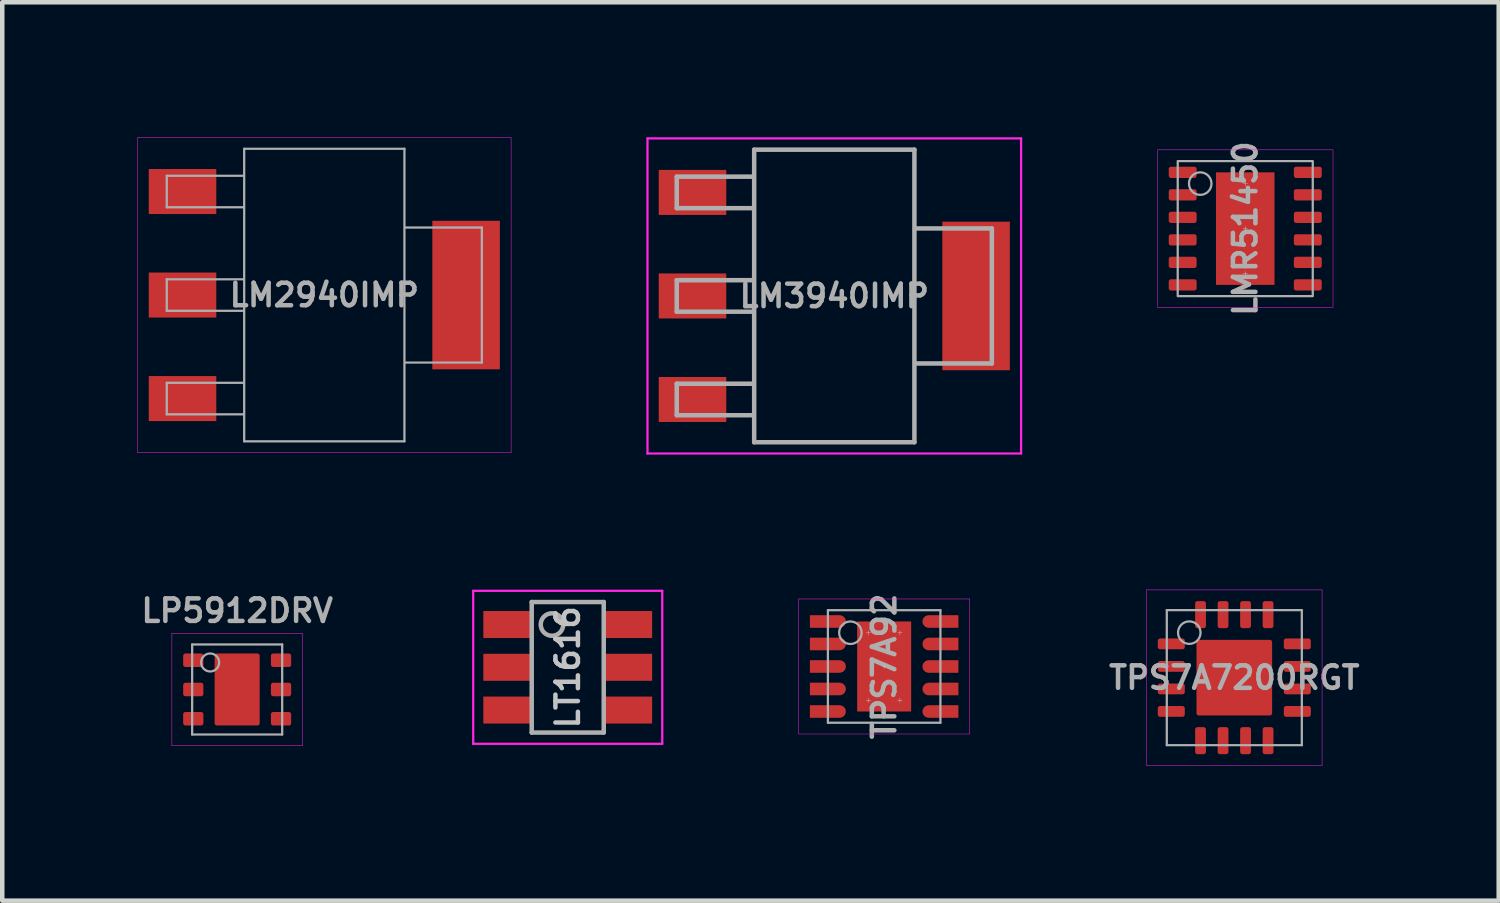
<source format=kicad_pcb>
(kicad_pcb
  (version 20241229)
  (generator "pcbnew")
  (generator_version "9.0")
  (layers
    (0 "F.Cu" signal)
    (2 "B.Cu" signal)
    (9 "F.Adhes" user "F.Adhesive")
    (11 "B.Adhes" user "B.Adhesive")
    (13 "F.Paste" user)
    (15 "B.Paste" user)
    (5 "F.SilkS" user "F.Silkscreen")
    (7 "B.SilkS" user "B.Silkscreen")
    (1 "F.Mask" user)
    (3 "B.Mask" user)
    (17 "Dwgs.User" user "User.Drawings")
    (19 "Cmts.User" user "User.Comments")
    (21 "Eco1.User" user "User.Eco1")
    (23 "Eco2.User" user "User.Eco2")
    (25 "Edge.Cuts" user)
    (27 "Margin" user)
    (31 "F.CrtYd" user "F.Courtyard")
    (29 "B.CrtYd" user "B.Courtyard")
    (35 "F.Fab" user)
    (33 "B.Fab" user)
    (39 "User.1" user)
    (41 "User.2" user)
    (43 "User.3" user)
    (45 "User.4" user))
  (footprint "LMR51450"
    (layer "F.Cu")
    (at 24.615 2.029)
    (property "Reference" "LMR51450" (at 0 0 90) (layer "F.Fab") (effects (font (size 0.5 0.5) (thickness 0.1))))
    (attr smd)
    (fp_line (start -0.05 -1) (end 0.05 -1) (stroke (width 0.01) (type solid)) (layer "Dwgs.User"))
    (fp_line (start -0.05 0) (end 0.05 0) (stroke (width 0.01) (type solid)) (layer "Dwgs.User"))
    (fp_line (start 0 -1.05) (end 0 -0.95) (stroke (width 0.01) (type solid)) (layer "Dwgs.User"))
    (fp_line (start 0 -0.05) (end 0 0.05) (stroke (width 0.01) (type solid)) (layer "Dwgs.User"))
    (fp_line (start 0 1.05) (end 0 0.95) (stroke (width 0.01) (type solid)) (layer "Dwgs.User"))
    (fp_line (start 0.05 1) (end -0.05 1) (stroke (width 0.01) (type solid)) (layer "Dwgs.User"))
    (fp_rect (start -1.95 -1.75) (end 1.95 1.75) (stroke (width 0.01) (type default)) (fill no) (layer "F.CrtYd"))
    (fp_rect (start -1.5 -1.5) (end 1.5 1.5) (stroke (width 0.05) (type default)) (fill no) (layer "F.Fab"))
    (fp_circle (center -1 -1) (end -0.75 -1) (stroke (width 0.05) (type solid)) (fill no) (layer "F.Fab"))
    (pad "" smd roundrect (at 0 -0.65) (size 1.21 1.1) (layers "F.Paste") (roundrect_rratio 0.045))
    (pad "" smd roundrect (at 0 0.65) (size 1.21 1.1) (layers "F.Paste") (roundrect_rratio 0.045))
    (pad "1" smd roundrect (at -1.39 -1.25 180) (size 0.62 0.25) (layers "F.Cu" "F.Mask" "F.Paste") (roundrect_rratio 0.2))
    (pad "2" smd roundrect (at -1.39 -0.75 180) (size 0.62 0.25) (layers "F.Cu" "F.Mask" "F.Paste") (roundrect_rratio 0.2))
    (pad "3" smd roundrect (at -1.39 -0.25 180) (size 0.62 0.25) (layers "F.Cu" "F.Mask" "F.Paste") (roundrect_rratio 0.2))
    (pad "4" smd roundrect (at -1.39 0.25 180) (size 0.62 0.25) (layers "F.Cu" "F.Mask" "F.Paste") (roundrect_rratio 0.2))
    (pad "5" smd roundrect (at -1.39 0.75 180) (size 0.62 0.25) (layers "F.Cu" "F.Mask" "F.Paste") (roundrect_rratio 0.2))
    (pad "6" smd roundrect (at -1.39 1.25 180) (size 0.62 0.25) (layers "F.Cu" "F.Mask" "F.Paste") (roundrect_rratio 0.2))
    (pad "7" smd roundrect (at 1.39 1.25 180) (size 0.62 0.25) (layers "F.Cu" "F.Mask" "F.Paste") (roundrect_rratio 0.2))
    (pad "8" smd roundrect (at 1.39 0.75 180) (size 0.62 0.25) (layers "F.Cu" "F.Mask" "F.Paste") (roundrect_rratio 0.2))
    (pad "9" smd roundrect (at 1.39 0.25 180) (size 0.62 0.25) (layers "F.Cu" "F.Mask" "F.Paste") (roundrect_rratio 0.2))
    (pad "10" smd roundrect (at 1.39 -0.25 180) (size 0.62 0.25) (layers "F.Cu" "F.Mask" "F.Paste") (roundrect_rratio 0.2))
    (pad "11" smd roundrect (at 1.39 -0.75 180) (size 0.62 0.25) (layers "F.Cu" "F.Mask" "F.Paste") (roundrect_rratio 0.2))
    (pad "12" smd roundrect (at 1.39 -1.25 180) (size 0.62 0.25) (layers "F.Cu" "F.Mask" "F.Paste") (roundrect_rratio 0.2))
    (pad "13" smd rect (at 0 0 180) (size 1.3 2.5) (layers "F.Cu" "F.Mask")))
  (footprint "LM3940IMP"
    (layer "F.Cu")
    (at 15.485 3.525)
    (property "Reference" "LM3940IMP" (at 0 0 0) (layer "F.Fab") (effects (font (size 0.5 0.5) (thickness 0.1))))
    (attr smd)
    (fp_line (start -4.15 -3.5) (end -4.15 3.5) (stroke (width 0.05) (type solid)) (layer "F.CrtYd"))
    (fp_line (start -4.15 3.5) (end 4.15 3.5) (stroke (width 0.05) (type solid)) (layer "F.CrtYd"))
    (fp_line (start 4.15 -3.5) (end -4.15 -3.5) (stroke (width 0.05) (type solid)) (layer "F.CrtYd"))
    (fp_line (start 4.15 3.5) (end 4.15 -3.5) (stroke (width 0.05) (type solid)) (layer "F.CrtYd"))
    (fp_line (start -3.5 -2.65) (end -3.5 -1.95) (stroke (width 0.1) (type solid)) (layer "F.Fab"))
    (fp_line (start -3.5 -1.95) (end -1.8 -1.95) (stroke (width 0.1) (type solid)) (layer "F.Fab"))
    (fp_line (start -3.5 -0.35) (end -3.5 0.35) (stroke (width 0.1) (type solid)) (layer "F.Fab"))
    (fp_line (start -3.5 0.35) (end -1.8 0.35) (stroke (width 0.1) (type solid)) (layer "F.Fab"))
    (fp_line (start -3.5 1.95) (end -3.5 2.65) (stroke (width 0.1) (type solid)) (layer "F.Fab"))
    (fp_line (start -3.5 2.65) (end -1.8 2.65) (stroke (width 0.1) (type solid)) (layer "F.Fab"))
    (fp_line (start -1.8 -2.65) (end -3.5 -2.65) (stroke (width 0.1) (type solid)) (layer "F.Fab"))
    (fp_line (start -1.8 -0.35) (end -3.5 -0.35) (stroke (width 0.1) (type solid)) (layer "F.Fab"))
    (fp_line (start -1.8 1.95) (end -3.5 1.95) (stroke (width 0.1) (type solid)) (layer "F.Fab"))
    (fp_line (start -1.78 -3.25) (end -1.78 3.25) (stroke (width 0.1) (type solid)) (layer "F.Fab"))
    (fp_line (start -1.78 -3.25) (end 1.78 -3.25) (stroke (width 0.1) (type solid)) (layer "F.Fab"))
    (fp_line (start -1.78 3.25) (end 1.78 3.25) (stroke (width 0.1) (type solid)) (layer "F.Fab"))
    (fp_line (start 1.78 -3.25) (end 1.78 3.25) (stroke (width 0.1) (type solid)) (layer "F.Fab"))
    (fp_line (start 1.8 -1.5) (end 3.5 -1.5) (stroke (width 0.1) (type solid)) (layer "F.Fab"))
    (fp_line (start 3.5 -1.5) (end 3.5 1.5) (stroke (width 0.1) (type solid)) (layer "F.Fab"))
    (fp_line (start 3.5 1.5) (end 1.8 1.5) (stroke (width 0.1) (type solid)) (layer "F.Fab"))
    (pad "1" smd rect (at -3.15 -2.3) (size 1.5 1) (layers "F.Cu" "F.Mask" "F.Paste"))
    (pad "2" smd rect (at -3.15 0) (size 1.5 1) (layers "F.Cu" "F.Mask" "F.Paste"))
    (pad "3" smd rect (at -3.15 2.3) (size 1.5 1) (layers "F.Cu" "F.Mask" "F.Paste"))
    (pad "4" smd rect (at 3.15 0) (size 1.5 3.3) (layers "F.Cu" "F.Mask" "F.Paste")))
  (footprint "LM2940IMP"
    (layer "F.Cu")
    (at 4.155 3.505)
    (property "Reference" "LM2940IMP" (at 0 0 0) (layer "F.Fab") (effects (font (size 0.5 0.5) (thickness 0.1))))
    (attr smd)
    (fp_line (start -4.15 -3.5) (end -4.15 3.5) (stroke (width 0.01) (type solid)) (layer "F.CrtYd"))
    (fp_line (start -4.15 3.5) (end 4.15 3.5) (stroke (width 0.01) (type solid)) (layer "F.CrtYd"))
    (fp_line (start 4.15 -3.5) (end -4.15 -3.5) (stroke (width 0.01) (type solid)) (layer "F.CrtYd"))
    (fp_line (start 4.15 3.5) (end 4.15 -3.5) (stroke (width 0.01) (type solid)) (layer "F.CrtYd"))
    (fp_line (start -3.5 -2.65) (end -3.5 -1.95) (stroke (width 0.05) (type solid)) (layer "F.Fab"))
    (fp_line (start -3.5 -1.95) (end -1.8 -1.95) (stroke (width 0.05) (type solid)) (layer "F.Fab"))
    (fp_line (start -3.5 -0.35) (end -3.5 0.35) (stroke (width 0.05) (type solid)) (layer "F.Fab"))
    (fp_line (start -3.5 0.35) (end -1.8 0.35) (stroke (width 0.05) (type solid)) (layer "F.Fab"))
    (fp_line (start -3.5 1.95) (end -3.5 2.65) (stroke (width 0.05) (type solid)) (layer "F.Fab"))
    (fp_line (start -3.5 2.65) (end -1.8 2.65) (stroke (width 0.05) (type solid)) (layer "F.Fab"))
    (fp_line (start -1.8 -2.65) (end -3.5 -2.65) (stroke (width 0.05) (type solid)) (layer "F.Fab"))
    (fp_line (start -1.8 -0.35) (end -3.5 -0.35) (stroke (width 0.05) (type solid)) (layer "F.Fab"))
    (fp_line (start -1.8 1.95) (end -3.5 1.95) (stroke (width 0.05) (type solid)) (layer "F.Fab"))
    (fp_line (start -1.78 -3.25) (end -1.78 3.25) (stroke (width 0.05) (type solid)) (layer "F.Fab"))
    (fp_line (start -1.78 -3.25) (end 1.78 -3.25) (stroke (width 0.05) (type solid)) (layer "F.Fab"))
    (fp_line (start -1.78 3.25) (end 1.78 3.25) (stroke (width 0.05) (type solid)) (layer "F.Fab"))
    (fp_line (start 1.78 -3.25) (end 1.78 3.25) (stroke (width 0.05) (type solid)) (layer "F.Fab"))
    (fp_line (start 1.8 -1.5) (end 3.5 -1.5) (stroke (width 0.05) (type solid)) (layer "F.Fab"))
    (fp_line (start 3.5 -1.5) (end 3.5 1.5) (stroke (width 0.05) (type solid)) (layer "F.Fab"))
    (fp_line (start 3.5 1.5) (end 1.8 1.5) (stroke (width 0.05) (type solid)) (layer "F.Fab"))
    (pad "1" smd rect (at -3.15 -2.3) (size 1.5 1) (layers "F.Cu" "F.Mask" "F.Paste"))
    (pad "2" smd rect (at -3.15 0) (size 1.5 1) (layers "F.Cu" "F.Mask" "F.Paste"))
    (pad "3" smd rect (at -3.15 2.3) (size 1.5 1) (layers "F.Cu" "F.Mask" "F.Paste"))
    (pad "4" smd rect (at 3.15 0) (size 1.5 3.3) (layers "F.Cu" "F.Mask" "F.Paste")))
  (footprint "LP5912DRV"
    (layer "F.Cu")
    (at 2.219 12.268)
    (property "Reference" "LP5912DRV" (at 0 -1.75 0) (layer "F.Fab") (effects (font (size 0.5 0.5) (thickness 0.1))))
    (attr smd)
    (fp_line (start -1.45 -1.25) (end 1.45 -1.25) (stroke (width 0.01) (type solid)) (layer "F.CrtYd"))
    (fp_line (start -1.45 1.25) (end -1.45 -1.25) (stroke (width 0.01) (type solid)) (layer "F.CrtYd"))
    (fp_line (start 1.45 -1.25) (end 1.45 1.25) (stroke (width 0.01) (type solid)) (layer "F.CrtYd"))
    (fp_line (start 1.45 1.25) (end -1.45 1.25) (stroke (width 0.01) (type solid)) (layer "F.CrtYd"))
    (fp_line (start -1 -1) (end 1 -1) (stroke (width 0.05) (type solid)) (layer "F.Fab"))
    (fp_line (start -1 1) (end -1 -1) (stroke (width 0.05) (type solid)) (layer "F.Fab"))
    (fp_line (start 1 -1) (end 1 1) (stroke (width 0.05) (type solid)) (layer "F.Fab"))
    (fp_line (start 1 1) (end -1 1) (stroke (width 0.05) (type solid)) (layer "F.Fab"))
    (fp_circle (center -0.6 -0.6) (end -0.4 -0.6) (stroke (width 0.05) (type solid)) (fill no) (layer "F.Fab"))
    (pad "" smd roundrect (at 0 -0.45) (size 1 0.7) (layers "F.Paste") (roundrect_rratio 0.05))
    (pad "" smd roundrect (at 0 0.45) (size 1 0.7) (layers "F.Paste") (roundrect_rratio 0.05))
    (pad "1" smd roundrect (at -0.975 -0.65) (size 0.45 0.3) (layers "F.Cu" "F.Mask" "F.Paste") (roundrect_rratio 0.17))
    (pad "2" smd roundrect (at -0.975 0) (size 0.45 0.3) (layers "F.Cu" "F.Mask" "F.Paste") (roundrect_rratio 0.17))
    (pad "3" smd roundrect (at -0.975 0.65) (size 0.45 0.3) (layers "F.Cu" "F.Mask" "F.Paste") (roundrect_rratio 0.17))
    (pad "4" smd roundrect (at 0.975 0.65) (size 0.45 0.3) (layers "F.Cu" "F.Mask" "F.Paste") (roundrect_rratio 0.17))
    (pad "5" smd roundrect (at 0.975 0) (size 0.45 0.3) (layers "F.Cu" "F.Mask" "F.Paste") (roundrect_rratio 0.17))
    (pad "6" smd roundrect (at 0.975 -0.65) (size 0.45 0.3) (layers "F.Cu" "F.Mask" "F.Paste") (roundrect_rratio 0.17))
    (pad "7" smd roundrect (at 0 0) (size 1 1.6) (layers "F.Cu" "F.Mask") (roundrect_rratio 0.05)))
  (footprint "TPS7A92"
    (layer "F.Cu")
    (at 16.593 11.757)
    (property "Reference" "TPS7A92" (at 0 0 90) (layer "F.Fab") (effects (font (size 0.5 0.5) (thickness 0.1))))
    (attr smd)
    (fp_line (start -0.4 -0.75) (end -0.3 -0.75) (stroke (width 0.01) (type solid)) (layer "Dwgs.User"))
    (fp_line (start -0.35 -0.8) (end -0.35 -0.7) (stroke (width 0.01) (type solid)) (layer "Dwgs.User"))
    (fp_line (start -0.35 0.8) (end -0.35 0.7) (stroke (width 0.01) (type solid)) (layer "Dwgs.User"))
    (fp_line (start -0.3 0.75) (end -0.4 0.75) (stroke (width 0.01) (type solid)) (layer "Dwgs.User"))
    (fp_line (start -0.05 0) (end 0.05 0) (stroke (width 0.01) (type solid)) (layer "Dwgs.User"))
    (fp_line (start 0 -0.05) (end 0 0.05) (stroke (width 0.01) (type solid)) (layer "Dwgs.User"))
    (fp_line (start 0.3 -0.75) (end 0.4 -0.75) (stroke (width 0.01) (type solid)) (layer "Dwgs.User"))
    (fp_line (start 0.35 -0.8) (end 0.35 -0.7) (stroke (width 0.01) (type solid)) (layer "Dwgs.User"))
    (fp_line (start 0.35 0.8) (end 0.35 0.7) (stroke (width 0.01) (type solid)) (layer "Dwgs.User"))
    (fp_line (start 0.4 0.75) (end 0.3 0.75) (stroke (width 0.01) (type solid)) (layer "Dwgs.User"))
    (fp_line (start -1.9 -1.5) (end -1.9 1.5) (stroke (width 0.01) (type solid)) (layer "F.CrtYd"))
    (fp_line (start -1.9 1.5) (end 1.9 1.5) (stroke (width 0.01) (type solid)) (layer "F.CrtYd"))
    (fp_line (start 1.9 -1.5) (end -1.9 -1.5) (stroke (width 0.01) (type solid)) (layer "F.CrtYd"))
    (fp_line (start 1.9 1.5) (end 1.9 -1.5) (stroke (width 0.01) (type solid)) (layer "F.CrtYd"))
    (fp_line (start -1.25 -1.25) (end -1.25 1.25) (stroke (width 0.05) (type solid)) (layer "F.Fab"))
    (fp_line (start -1.25 1.25) (end 1.25 1.25) (stroke (width 0.05) (type solid)) (layer "F.Fab"))
    (fp_line (start 1.25 -1.25) (end -1.25 -1.25) (stroke (width 0.05) (type solid)) (layer "F.Fab"))
    (fp_line (start 1.25 1.25) (end 1.25 -1.25) (stroke (width 0.05) (type solid)) (layer "F.Fab"))
    (fp_circle (center -0.75 -0.75) (end -0.75 -0.5) (stroke (width 0.05) (type solid)) (fill no) (layer "F.Fab"))
    (pad "" smd rect (at -0.335 -0.535) (size 0.45 0.85) (layers "F.Paste"))
    (pad "" smd rect (at -0.335 0.535) (size 0.45 0.85) (layers "F.Paste"))
    (pad "" smd rect (at 0.335 -0.535) (size 0.45 0.85) (layers "F.Paste"))
    (pad "" smd rect (at 0.335 0.535 180) (size 0.45 0.85) (layers "F.Paste"))
    (pad "1" smd custom (at -1.25 -1) (size 0.52 0.28) (layers "F.Cu" "F.Mask" "F.Paste") (options (anchor rect)) (primitives (gr_circle (center 0.26 0) (end 0.4 0) (width 0) (fill yes)) (gr_poly (pts (xy -0.26 -0.14) (xy -0.4 -0.14) (xy -0.4 0.14) (xy -0.26 0.14)) (width 0) (fill yes))))
    (pad "2" smd custom (at -1.25 -0.5) (size 0.52 0.28) (layers "F.Cu" "F.Mask" "F.Paste") (options (anchor rect)) (primitives (gr_circle (center 0.26 0) (end 0.4 0) (width 0) (fill yes)) (gr_poly (pts (xy -0.26 -0.14) (xy -0.4 -0.14) (xy -0.4 0.14) (xy -0.26 0.14)) (width 0) (fill yes))))
    (pad "3" smd custom (at -1.25 0) (size 0.52 0.28) (layers "F.Cu" "F.Mask" "F.Paste") (options (anchor rect)) (primitives (gr_circle (center 0.26 0) (end 0.4 0) (width 0) (fill yes)) (gr_poly (pts (xy -0.26 -0.14) (xy -0.4 -0.14) (xy -0.4 0.14) (xy -0.26 0.14)) (width 0) (fill yes))))
    (pad "4" smd custom (at -1.25 0.5) (size 0.52 0.28) (layers "F.Cu" "F.Mask" "F.Paste") (options (anchor rect)) (primitives (gr_circle (center 0.26 0) (end 0.4 0) (width 0) (fill yes)) (gr_poly (pts (xy -0.26 -0.14) (xy -0.4 -0.14) (xy -0.4 0.14) (xy -0.26 0.14)) (width 0) (fill yes))))
    (pad "5" smd custom (at -1.25 1) (size 0.52 0.28) (layers "F.Cu" "F.Mask" "F.Paste") (options (anchor rect)) (primitives (gr_circle (center 0.26 0) (end 0.4 0) (width 0) (fill yes)) (gr_poly (pts (xy -0.26 -0.14) (xy -0.4 -0.14) (xy -0.4 0.14) (xy -0.26 0.14)) (width 0) (fill yes))))
    (pad "6" smd custom (at 1.25 1 180) (size 0.52 0.28) (layers "F.Cu" "F.Mask" "F.Paste") (options (anchor rect)) (primitives (gr_circle (center 0.26 0) (end 0.4 0) (width 0) (fill yes)) (gr_poly (pts (xy -0.26 -0.14) (xy -0.4 -0.14) (xy -0.4 0.14) (xy -0.26 0.14)) (width 0) (fill yes))))
    (pad "7" smd custom (at 1.25 0.5 180) (size 0.52 0.28) (layers "F.Cu" "F.Mask" "F.Paste") (options (anchor rect)) (primitives (gr_circle (center 0.26 0) (end 0.4 0) (width 0) (fill yes)) (gr_poly (pts (xy -0.26 -0.14) (xy -0.4 -0.14) (xy -0.4 0.14) (xy -0.26 0.14)) (width 0) (fill yes))))
    (pad "8" smd custom (at 1.25 0 180) (size 0.52 0.28) (layers "F.Cu" "F.Mask" "F.Paste") (options (anchor rect)) (primitives (gr_circle (center 0.26 0) (end 0.4 0) (width 0) (fill yes)) (gr_poly (pts (xy -0.26 -0.14) (xy -0.4 -0.14) (xy -0.4 0.14) (xy -0.26 0.14)) (width 0) (fill yes))))
    (pad "9" smd custom (at 1.25 -0.5 180) (size 0.52 0.28) (layers "F.Cu" "F.Mask" "F.Paste") (options (anchor rect)) (primitives (gr_circle (center 0.26 0) (end 0.4 0) (width 0) (fill yes)) (gr_poly (pts (xy -0.26 -0.14) (xy -0.4 -0.14) (xy -0.4 0.14) (xy -0.26 0.14)) (width 0) (fill yes))))
    (pad "10" smd custom (at 1.25 -1 180) (size 0.52 0.28) (layers "F.Cu" "F.Mask" "F.Paste") (options (anchor rect)) (primitives (gr_circle (center 0.26 0) (end 0.4 0) (width 0) (fill yes)) (gr_poly (pts (xy -0.26 -0.14) (xy -0.4 -0.14) (xy -0.4 0.14) (xy -0.26 0.14)) (width 0) (fill yes))))
    (pad "11" smd rect (at 0 0 180) (size 1.2 2) (layers "F.Cu" "F.Mask")))
  (footprint "TPS7A7200RGT"
    (layer "F.Cu")
    (at 24.372 12.005)
    (property "Reference" "TPS7A7200RGT" (at 0 0 0) (layer "F.Fab") (effects (font (size 0.5 0.5) (thickness 0.1))))
    (attr smd)
    (fp_line (start -1.95 -1.95) (end -1.95 1.95) (stroke (width 0.01) (type solid)) (layer "F.CrtYd"))
    (fp_line (start -1.95 -1.95) (end 1.95 -1.95) (stroke (width 0.01) (type solid)) (layer "F.CrtYd"))
    (fp_line (start -1.95 1.95) (end 1.95 1.95) (stroke (width 0.01) (type solid)) (layer "F.CrtYd"))
    (fp_line (start 1.95 -1.95) (end 1.95 1.95) (stroke (width 0.01) (type solid)) (layer "F.CrtYd"))
    (fp_line (start -1.5 -1.5) (end 1.5 -1.5) (stroke (width 0.05) (type solid)) (layer "F.Fab"))
    (fp_line (start -1.5 1.5) (end -1.5 -1.5) (stroke (width 0.05) (type solid)) (layer "F.Fab"))
    (fp_line (start 1.5 -1.5) (end 1.5 1.5) (stroke (width 0.05) (type solid)) (layer "F.Fab"))
    (fp_line (start 1.5 1.5) (end -1.5 1.5) (stroke (width 0.05) (type solid)) (layer "F.Fab"))
    (fp_circle (center -1 -1) (end -0.75 -1) (stroke (width 0.05) (type solid)) (fill no) (layer "F.Fab"))
    (pad "1" smd roundrect (at -1.4 -0.75) (size 0.6 0.24) (layers "F.Cu" "F.Mask" "F.Paste") (roundrect_rratio 0.21))
    (pad "2" smd roundrect (at -1.4 -0.25) (size 0.6 0.24) (layers "F.Cu" "F.Mask" "F.Paste") (roundrect_rratio 0.21))
    (pad "3" smd roundrect (at -1.4 0.25) (size 0.6 0.24) (layers "F.Cu" "F.Mask" "F.Paste") (roundrect_rratio 0.21))
    (pad "4" smd roundrect (at -1.4 0.75) (size 0.6 0.24) (layers "F.Cu" "F.Mask" "F.Paste") (roundrect_rratio 0.21))
    (pad "5" smd roundrect (at -0.75 1.4 90) (size 0.6 0.24) (layers "F.Cu" "F.Mask" "F.Paste") (roundrect_rratio 0.21))
    (pad "6" smd roundrect (at -0.25 1.4 90) (size 0.6 0.24) (layers "F.Cu" "F.Mask" "F.Paste") (roundrect_rratio 0.21))
    (pad "7" smd roundrect (at 0.25 1.4 90) (size 0.6 0.24) (layers "F.Cu" "F.Mask" "F.Paste") (roundrect_rratio 0.21))
    (pad "8" smd roundrect (at 0.75 1.4 90) (size 0.6 0.24) (layers "F.Cu" "F.Mask" "F.Paste") (roundrect_rratio 0.21))
    (pad "9" smd roundrect (at 1.4 0.75) (size 0.6 0.24) (layers "F.Cu" "F.Mask" "F.Paste") (roundrect_rratio 0.21))
    (pad "10" smd roundrect (at 1.4 0.25) (size 0.6 0.24) (layers "F.Cu" "F.Mask" "F.Paste") (roundrect_rratio 0.21))
    (pad "11" smd roundrect (at 1.4 -0.25) (size 0.6 0.24) (layers "F.Cu" "F.Mask" "F.Paste") (roundrect_rratio 0.21))
    (pad "12" smd roundrect (at 1.4 -0.75) (size 0.6 0.24) (layers "F.Cu" "F.Mask" "F.Paste") (roundrect_rratio 0.21))
    (pad "13" smd roundrect (at 0.75 -1.4 90) (size 0.6 0.24) (layers "F.Cu" "F.Mask" "F.Paste") (roundrect_rratio 0.21))
    (pad "14" smd roundrect (at 0.25 -1.4 90) (size 0.6 0.24) (layers "F.Cu" "F.Mask" "F.Paste") (roundrect_rratio 0.21))
    (pad "15" smd roundrect (at -0.25 -1.4 90) (size 0.6 0.24) (layers "F.Cu" "F.Mask" "F.Paste") (roundrect_rratio 0.21))
    (pad "16" smd roundrect (at -0.75 -1.4 90) (size 0.6 0.24) (layers "F.Cu" "F.Mask" "F.Paste") (roundrect_rratio 0.21))
    (pad "17" smd roundrect (at 0 0) (size 1.68 1.68) (layers "F.Cu" "F.Mask" "F.Paste") (roundrect_rratio 0.03)))
  (footprint "LT1616"
    (layer "F.Cu")
    (at 9.563 11.775)
    (property "Reference" "LT1616" (at 0 0 90) (layer "Dwgs.User") (effects (font (size 0.5 0.5) (thickness 0.1))))
    (attr smd)
    (fp_line (start -2.1 -1.7) (end -2.1 1.7) (stroke (width 0.05) (type solid)) (layer "F.CrtYd"))
    (fp_line (start -2.1 1.7) (end 2.1 1.7) (stroke (width 0.05) (type solid)) (layer "F.CrtYd"))
    (fp_line (start 2.1 -1.7) (end -2.1 -1.7) (stroke (width 0.05) (type solid)) (layer "F.CrtYd"))
    (fp_line (start 2.1 1.7) (end 2.1 -1.7) (stroke (width 0.05) (type solid)) (layer "F.CrtYd"))
    (fp_line (start -0.8 -1.45) (end -0.8 1.45) (stroke (width 0.1) (type solid)) (layer "F.Fab"))
    (fp_line (start 0.8 -1.45) (end -0.8 -1.45) (stroke (width 0.1) (type solid)) (layer "F.Fab"))
    (fp_line (start 0.8 -1.45) (end 0.8 1.45) (stroke (width 0.1) (type solid)) (layer "F.Fab"))
    (fp_line (start 0.8 1.45) (end -0.8 1.45) (stroke (width 0.1) (type solid)) (layer "F.Fab"))
    (fp_circle (center -0.35 -0.95) (end -0.1 -0.95) (stroke (width 0.1) (type solid)) (fill no) (layer "F.Fab"))
    (pad "1" smd rect (at -1.35 -0.95) (size 1.05 0.6) (layers "F.Cu" "F.Mask" "F.Paste"))
    (pad "2" smd rect (at -1.35 0) (size 1.05 0.6) (layers "F.Cu" "F.Mask" "F.Paste"))
    (pad "3" smd rect (at -1.35 0.95) (size 1.05 0.6) (layers "F.Cu" "F.Mask" "F.Paste"))
    (pad "4" smd rect (at 1.35 0.95) (size 1.05 0.6) (layers "F.Cu" "F.Mask" "F.Paste"))
    (pad "5" smd rect (at 1.35 0) (size 1.05 0.6) (layers "F.Cu" "F.Mask" "F.Paste"))
    (pad "6" smd rect (at 1.35 -0.95) (size 1.05 0.6) (layers "F.Cu" "F.Mask" "F.Paste")))
  (gr_rect
    (start -3 -3)
    (end 30.246 16.96)
    (stroke (width 0.1) (type default))
    (fill no)
    (layer "Edge.Cuts")))
</source>
